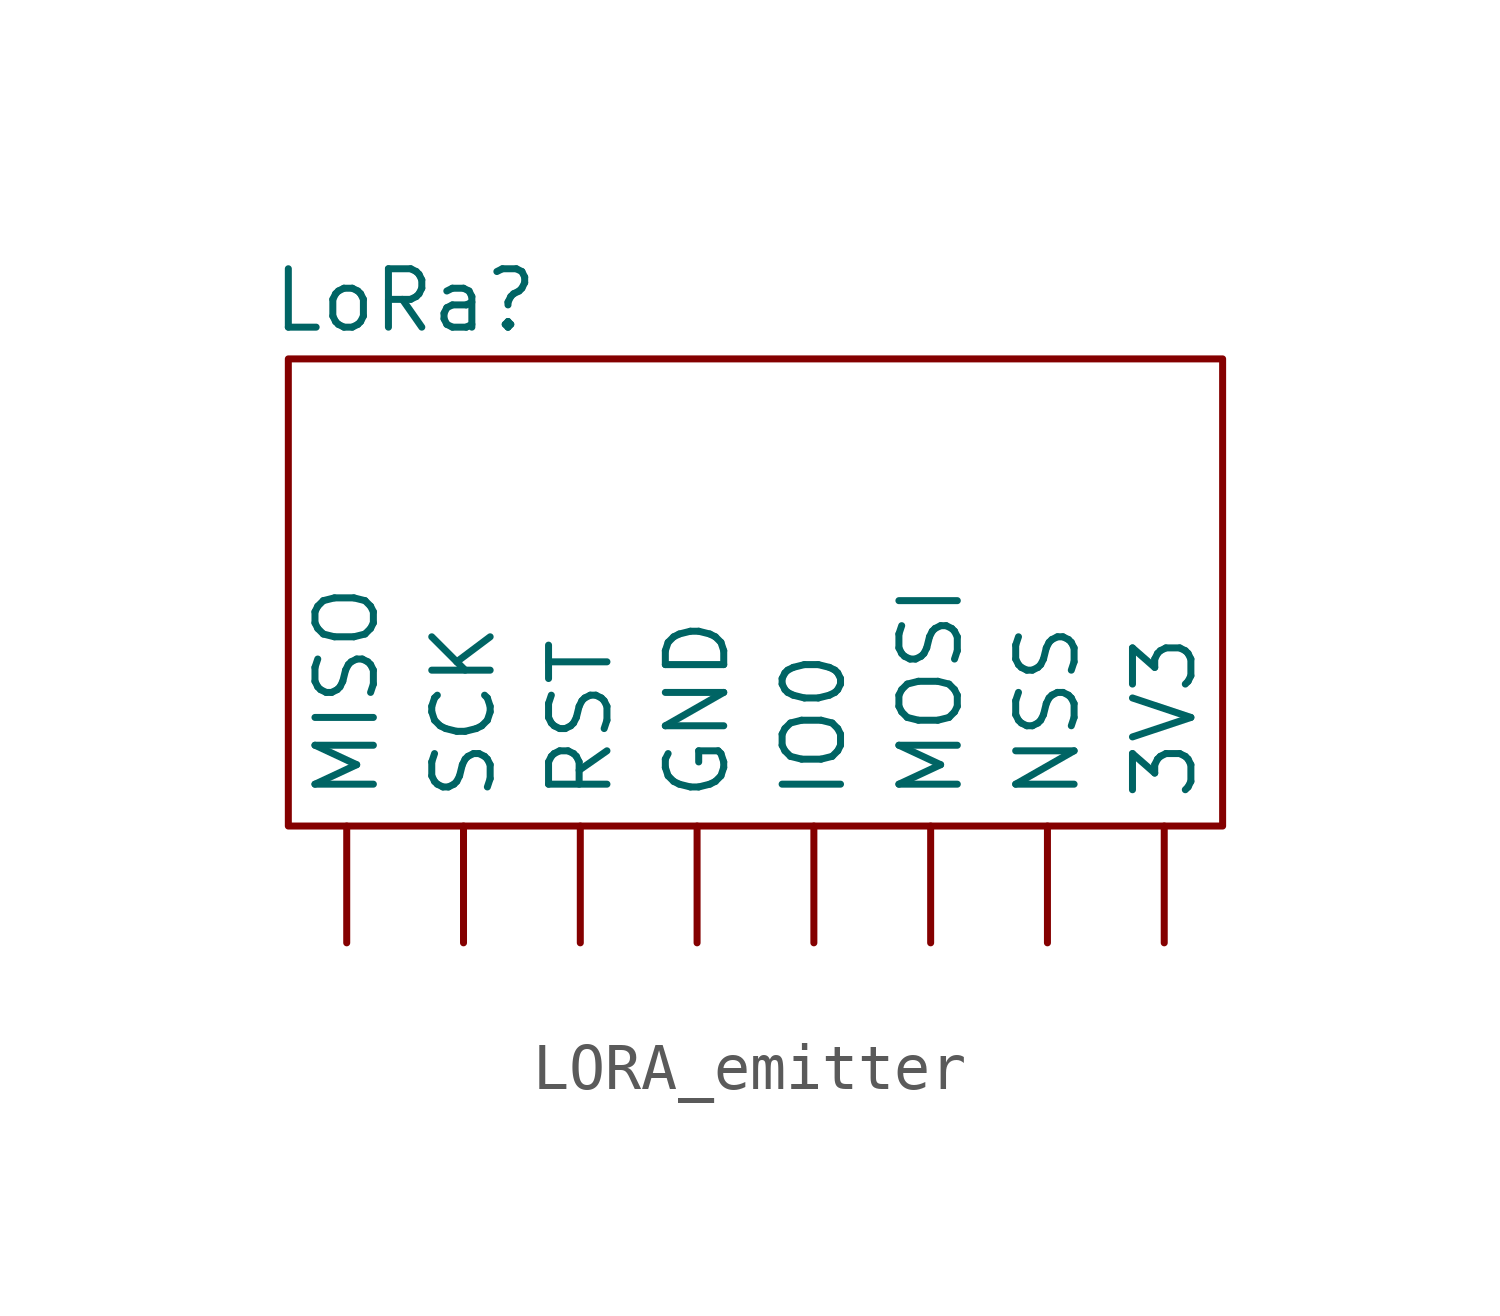
<source format=kicad_sym>
(kicad_symbol_lib
  (version 20220914)
  (generator kicad_symbol_editor)
  (symbol "LORA_emitter"
    (property "Reference" "LoRa"
      (at 2.54 1.27 0)
      (effects (font (size 1.27 1.27))))
    (property "Value" ""
      (at 0 0 0)
      (effects (font (size 1.27 1.27))))
    (symbol "LORA_emitter_0_1"
      (rectangle (start 0 0) (end 20.32 -10.16) (stroke (width 0) (type default)) (fill (type none))))
    (symbol "LORA_emitter_1_1"
      (pin bidirectional line (at 19.05 -12.7 90) (length 2.54) (name "3V3" (effects (font (size 1.27 1.27)))) (number "" (effects (font (size 1.27 1.27)))))
      (pin bidirectional line (at 8.89 -12.7 90) (length 2.54) (name "GND" (effects (font (size 1.27 1.27)))) (number "" (effects (font (size 1.27 1.27)))))
      (pin bidirectional line (at 11.43 -12.7 90) (length 2.54) (name "IO0" (effects (font (size 1.27 1.27)))) (number "" (effects (font (size 1.27 1.27)))))
      (pin bidirectional line (at 1.27 -12.7 90) (length 2.54) (name "MISO" (effects (font (size 1.27 1.27)))) (number "" (effects (font (size 1.27 1.27)))))
      (pin bidirectional line (at 13.97 -12.7 90) (length 2.54) (name "MOSI" (effects (font (size 1.27 1.27)))) (number "" (effects (font (size 1.27 1.27)))))
      (pin bidirectional line (at 16.51 -12.7 90) (length 2.54) (name "NSS" (effects (font (size 1.27 1.27)))) (number "" (effects (font (size 1.27 1.27)))))
      (pin bidirectional line (at 6.35 -12.7 90) (length 2.54) (name "RST" (effects (font (size 1.27 1.27)))) (number "" (effects (font (size 1.27 1.27)))))
      (pin bidirectional line (at 3.81 -12.7 90) (length 2.54) (name "SCK" (effects (font (size 1.27 1.27)))) (number "" (effects (font (size 1.27 1.27))))))))
</source>
